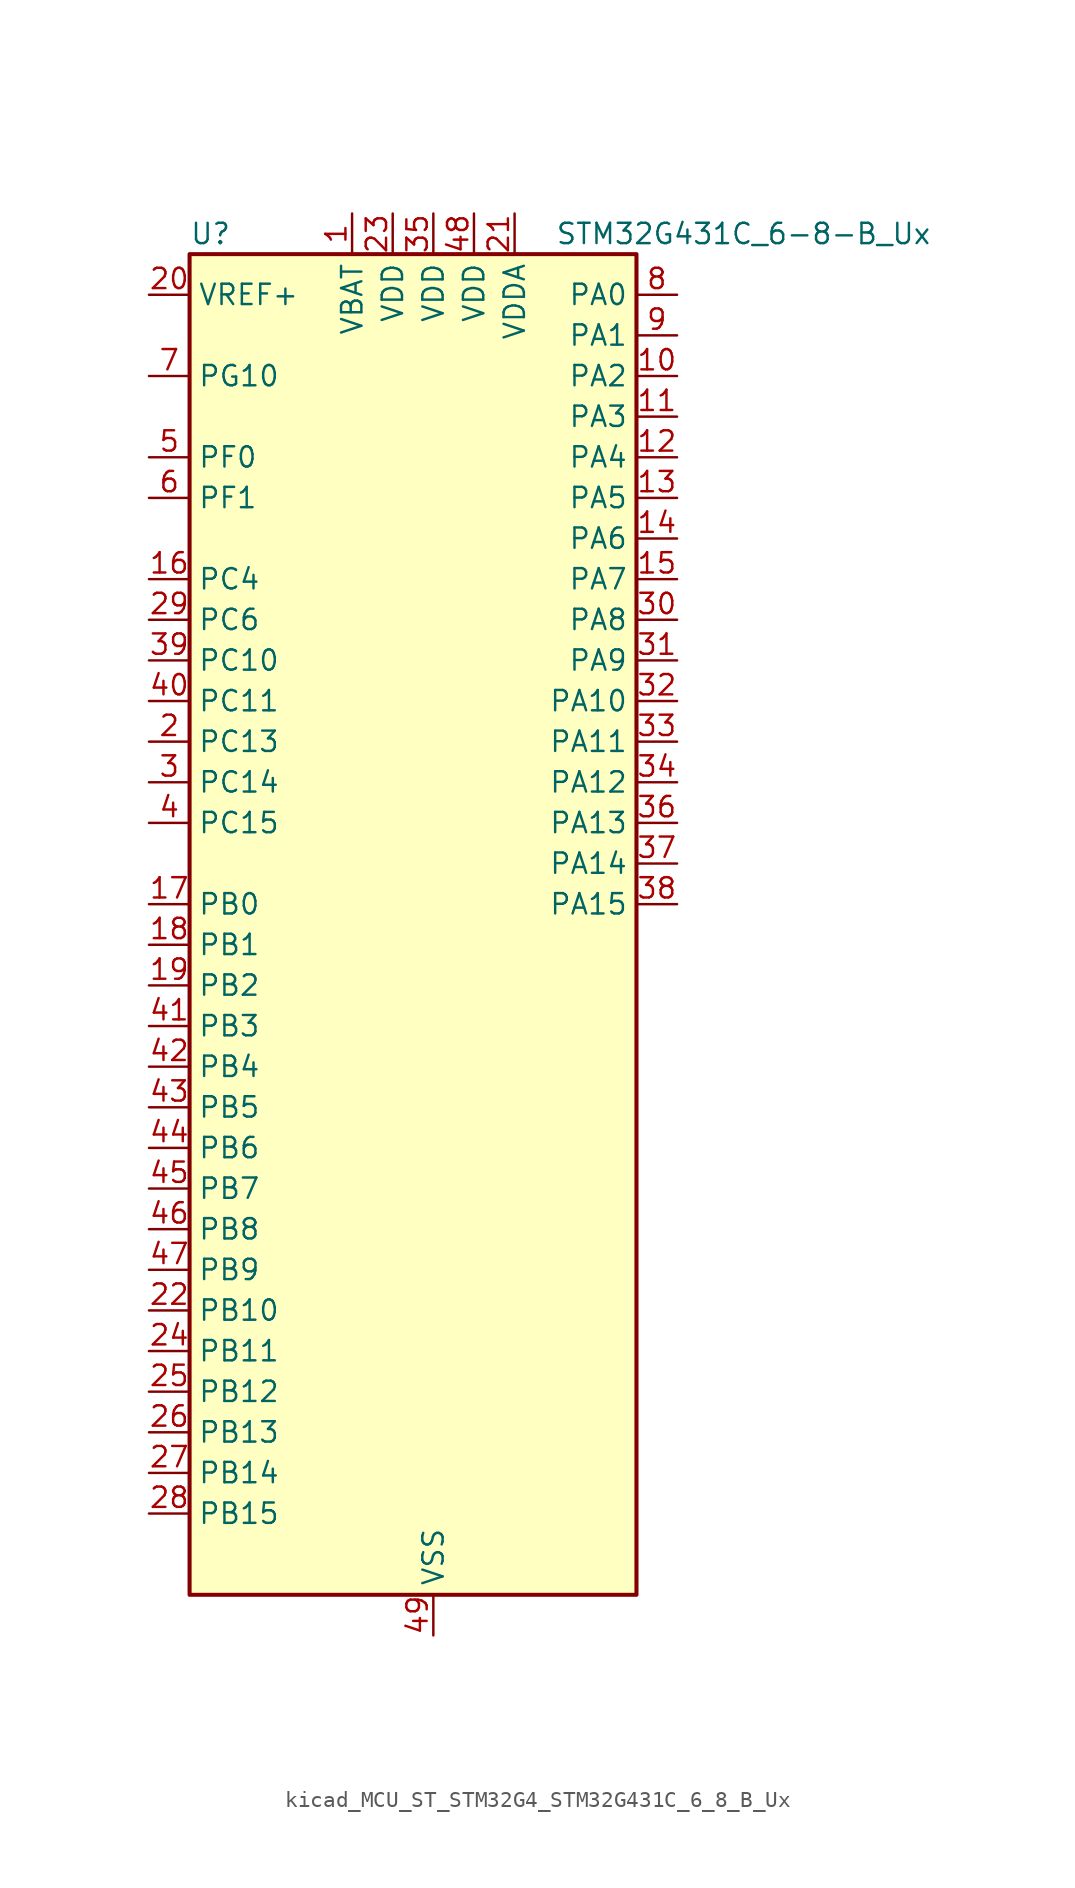
<source format=kicad_sym>
(kicad_symbol_lib
  (version 20220914)
  (generator kicad_symbol_editor)
  (symbol "kicad_MCU_ST_STM32G4_STM32G431C_6_8_B_Ux"
    (property "Reference" "U"
      (at -12.7 44.45 0)
      (effects (font (size 1.27 1.27)) (justify left)))
    (property "Value" "STM32G431C_6-8-B_Ux"
      (at 10.16 44.45 0)
      (effects (font (size 1.27 1.27)) (justify left)))
    (property "ki_locked" ""
      (at 0 0 0)
      (effects (font (size 1.27 1.27))))
    (symbol "kicad_MCU_ST_STM32G4_STM32G431C_6_8_B_Ux_0_1"
      (rectangle (start -12.7 -40.64) (end 15.24 43.18) (stroke (width 0.254) (type default)) (fill (type background))))
    (symbol "kicad_MCU_ST_STM32G4_STM32G431C_6_8_B_Ux_1_1"
      (pin power_in line (at -2.54 45.72 270) (length 2.54) (name "VBAT" (effects (font (size 1.27 1.27)))) (number "1" (effects (font (size 1.27 1.27)))))
      (pin bidirectional line (at 17.78 35.56 180) (length 2.54) (name "PA2" (effects (font (size 1.27 1.27)))) (number "10" (effects (font (size 1.27 1.27)))) (alternate "ADC1_IN3" bidirectional line) (alternate "COMP2_INM" bidirectional line) (alternate "COMP2_OUT" bidirectional line) (alternate "LPUART1_TX" bidirectional line) (alternate "OPAMP1_VOUT" bidirectional line) (alternate "RCC_LSCO" bidirectional line) (alternate "SYS_WKUP4" bidirectional line) (alternate "TIM15_CH1" bidirectional line) (alternate "TIM2_CH3" bidirectional line) (alternate "UCPD1_FRSTX1" bidirectional line) (alternate "UCPD1_FRSTX2" bidirectional line) (alternate "USART2_TX" bidirectional line))
      (pin bidirectional line (at 17.78 33.02 180) (length 2.54) (name "PA3" (effects (font (size 1.27 1.27)))) (number "11" (effects (font (size 1.27 1.27)))) (alternate "ADC1_IN4" bidirectional line) (alternate "COMP2_INP" bidirectional line) (alternate "LPUART1_RX" bidirectional line) (alternate "OPAMP1_VINM" bidirectional line) (alternate "OPAMP1_VINM0" bidirectional line) (alternate "OPAMP1_VINM_SEC" bidirectional line) (alternate "OPAMP1_VINP" bidirectional line) (alternate "OPAMP1_VINP_SEC" bidirectional line) (alternate "SAI1_CK1" bidirectional line) (alternate "SAI1_MCLK_A" bidirectional line) (alternate "TIM15_CH2" bidirectional line) (alternate "TIM2_CH4" bidirectional line) (alternate "USART2_RX" bidirectional line))
      (pin bidirectional line (at 17.78 30.48 180) (length 2.54) (name "PA4" (effects (font (size 1.27 1.27)))) (number "12" (effects (font (size 1.27 1.27)))) (alternate "ADC2_IN17" bidirectional line) (alternate "COMP1_INM" bidirectional line) (alternate "DAC1_OUT1" bidirectional line) (alternate "I2S3_WS" bidirectional line) (alternate "SAI1_FS_B" bidirectional line) (alternate "SPI1_NSS" bidirectional line) (alternate "SPI3_NSS" bidirectional line) (alternate "TIM3_CH2" bidirectional line) (alternate "USART2_CK" bidirectional line))
      (pin bidirectional line (at 17.78 27.94 180) (length 2.54) (name "PA5" (effects (font (size 1.27 1.27)))) (number "13" (effects (font (size 1.27 1.27)))) (alternate "ADC2_IN13" bidirectional line) (alternate "COMP2_INM" bidirectional line) (alternate "DAC1_OUT2" bidirectional line) (alternate "OPAMP2_VINM" bidirectional line) (alternate "OPAMP2_VINM0" bidirectional line) (alternate "OPAMP2_VINM_SEC" bidirectional line) (alternate "SPI1_SCK" bidirectional line) (alternate "TIM2_CH1" bidirectional line) (alternate "TIM2_ETR" bidirectional line) (alternate "UCPD1_FRSTX1" bidirectional line) (alternate "UCPD1_FRSTX2" bidirectional line))
      (pin bidirectional line (at 17.78 25.4 180) (length 2.54) (name "PA6" (effects (font (size 1.27 1.27)))) (number "14" (effects (font (size 1.27 1.27)))) (alternate "ADC2_IN3" bidirectional line) (alternate "COMP1_OUT" bidirectional line) (alternate "LPUART1_CTS" bidirectional line) (alternate "OPAMP2_VOUT" bidirectional line) (alternate "SPI1_MISO" bidirectional line) (alternate "TIM16_CH1" bidirectional line) (alternate "TIM1_BKIN" bidirectional line) (alternate "TIM3_CH1" bidirectional line) (alternate "TIM8_BKIN" bidirectional line))
      (pin bidirectional line (at 17.78 22.86 180) (length 2.54) (name "PA7" (effects (font (size 1.27 1.27)))) (number "15" (effects (font (size 1.27 1.27)))) (alternate "ADC2_IN4" bidirectional line) (alternate "COMP2_INP" bidirectional line) (alternate "COMP2_OUT" bidirectional line) (alternate "OPAMP1_VINP" bidirectional line) (alternate "OPAMP1_VINP_SEC" bidirectional line) (alternate "OPAMP2_VINP" bidirectional line) (alternate "OPAMP2_VINP_SEC" bidirectional line) (alternate "SPI1_MOSI" bidirectional line) (alternate "TIM17_CH1" bidirectional line) (alternate "TIM1_CH1N" bidirectional line) (alternate "TIM3_CH2" bidirectional line) (alternate "TIM8_CH1N" bidirectional line) (alternate "UCPD1_FRSTX1" bidirectional line) (alternate "UCPD1_FRSTX2" bidirectional line))
      (pin bidirectional line (at -15.24 22.86 0) (length 2.54) (name "PC4" (effects (font (size 1.27 1.27)))) (number "16" (effects (font (size 1.27 1.27)))) (alternate "ADC2_IN5" bidirectional line) (alternate "I2C2_SCL" bidirectional line) (alternate "TIM1_ETR" bidirectional line) (alternate "USART1_TX" bidirectional line))
      (pin bidirectional line (at -15.24 2.54 0) (length 2.54) (name "PB0" (effects (font (size 1.27 1.27)))) (number "17" (effects (font (size 1.27 1.27)))) (alternate "ADC1_IN15" bidirectional line) (alternate "COMP4_INP" bidirectional line) (alternate "OPAMP2_VINP" bidirectional line) (alternate "OPAMP2_VINP_SEC" bidirectional line) (alternate "OPAMP3_VINP" bidirectional line) (alternate "OPAMP3_VINP_SEC" bidirectional line) (alternate "TIM1_CH2N" bidirectional line) (alternate "TIM3_CH3" bidirectional line) (alternate "TIM8_CH2N" bidirectional line) (alternate "UCPD1_FRSTX1" bidirectional line) (alternate "UCPD1_FRSTX2" bidirectional line))
      (pin bidirectional line (at -15.24 0 0) (length 2.54) (name "PB1" (effects (font (size 1.27 1.27)))) (number "18" (effects (font (size 1.27 1.27)))) (alternate "ADC1_IN12" bidirectional line) (alternate "COMP1_INP" bidirectional line) (alternate "COMP4_OUT" bidirectional line) (alternate "LPUART1_DE" bidirectional line) (alternate "LPUART1_RTS" bidirectional line) (alternate "OPAMP3_VOUT" bidirectional line) (alternate "TIM1_CH3N" bidirectional line) (alternate "TIM3_CH4" bidirectional line) (alternate "TIM8_CH3N" bidirectional line))
      (pin bidirectional line (at -15.24 -2.54 0) (length 2.54) (name "PB2" (effects (font (size 1.27 1.27)))) (number "19" (effects (font (size 1.27 1.27)))) (alternate "ADC2_IN12" bidirectional line) (alternate "COMP4_INM" bidirectional line) (alternate "I2C3_SMBA" bidirectional line) (alternate "LPTIM1_OUT" bidirectional line) (alternate "OPAMP3_VINM" bidirectional line) (alternate "OPAMP3_VINM0" bidirectional line) (alternate "OPAMP3_VINM_SEC" bidirectional line) (alternate "RTC_OUT2" bidirectional line))
      (pin bidirectional line (at -15.24 12.7 0) (length 2.54) (name "PC13" (effects (font (size 1.27 1.27)))) (number "2" (effects (font (size 1.27 1.27)))) (alternate "RTC_OUT1" bidirectional line) (alternate "RTC_TAMP1" bidirectional line) (alternate "RTC_TS" bidirectional line) (alternate "SYS_WKUP2" bidirectional line) (alternate "TIM1_BKIN" bidirectional line) (alternate "TIM1_CH1N" bidirectional line) (alternate "TIM8_CH4N" bidirectional line))
      (pin input line (at -15.24 40.64 0) (length 2.54) (name "VREF+" (effects (font (size 1.27 1.27)))) (number "20" (effects (font (size 1.27 1.27)))) (alternate "VREFBUF_OUT" bidirectional line))
      (pin power_in line (at 7.62 45.72 270) (length 2.54) (name "VDDA" (effects (font (size 1.27 1.27)))) (number "21" (effects (font (size 1.27 1.27)))))
      (pin bidirectional line (at -15.24 -22.86 0) (length 2.54) (name "PB10" (effects (font (size 1.27 1.27)))) (number "22" (effects (font (size 1.27 1.27)))) (alternate "DAC1_EXTI10" bidirectional line) (alternate "DAC3_EXTI10" bidirectional line) (alternate "LPUART1_RX" bidirectional line) (alternate "OPAMP3_VINM" bidirectional line) (alternate "OPAMP3_VINM1" bidirectional line) (alternate "OPAMP3_VINM_SEC" bidirectional line) (alternate "SAI1_SCK_A" bidirectional line) (alternate "TIM1_BKIN" bidirectional line) (alternate "TIM2_CH3" bidirectional line) (alternate "USART3_TX" bidirectional line))
      (pin power_in line (at 0 45.72 270) (length 2.54) (name "VDD" (effects (font (size 1.27 1.27)))) (number "23" (effects (font (size 1.27 1.27)))))
      (pin bidirectional line (at -15.24 -25.4 0) (length 2.54) (name "PB11" (effects (font (size 1.27 1.27)))) (number "24" (effects (font (size 1.27 1.27)))) (alternate "ADC1_EXTI11" bidirectional line) (alternate "ADC1_IN14" bidirectional line) (alternate "ADC2_EXTI11" bidirectional line) (alternate "ADC2_IN14" bidirectional line) (alternate "LPUART1_TX" bidirectional line) (alternate "TIM2_CH4" bidirectional line) (alternate "USART3_RX" bidirectional line))
      (pin bidirectional line (at -15.24 -27.94 0) (length 2.54) (name "PB12" (effects (font (size 1.27 1.27)))) (number "25" (effects (font (size 1.27 1.27)))) (alternate "ADC1_IN11" bidirectional line) (alternate "I2C2_SMBA" bidirectional line) (alternate "I2S2_WS" bidirectional line) (alternate "LPUART1_DE" bidirectional line) (alternate "LPUART1_RTS" bidirectional line) (alternate "SPI2_NSS" bidirectional line) (alternate "TIM1_BKIN" bidirectional line) (alternate "USART3_CK" bidirectional line))
      (pin bidirectional line (at -15.24 -30.48 0) (length 2.54) (name "PB13" (effects (font (size 1.27 1.27)))) (number "26" (effects (font (size 1.27 1.27)))) (alternate "I2S2_CK" bidirectional line) (alternate "LPUART1_CTS" bidirectional line) (alternate "OPAMP3_VINP" bidirectional line) (alternate "OPAMP3_VINP_SEC" bidirectional line) (alternate "SPI2_SCK" bidirectional line) (alternate "TIM1_CH1N" bidirectional line) (alternate "USART3_CTS" bidirectional line) (alternate "USART3_NSS" bidirectional line))
      (pin bidirectional line (at -15.24 -33.02 0) (length 2.54) (name "PB14" (effects (font (size 1.27 1.27)))) (number "27" (effects (font (size 1.27 1.27)))) (alternate "ADC1_IN5" bidirectional line) (alternate "COMP4_OUT" bidirectional line) (alternate "OPAMP2_VINP" bidirectional line) (alternate "OPAMP2_VINP_SEC" bidirectional line) (alternate "SPI2_MISO" bidirectional line) (alternate "TIM15_CH1" bidirectional line) (alternate "TIM1_CH2N" bidirectional line) (alternate "USART3_DE" bidirectional line) (alternate "USART3_RTS" bidirectional line))
      (pin bidirectional line (at -15.24 -35.56 0) (length 2.54) (name "PB15" (effects (font (size 1.27 1.27)))) (number "28" (effects (font (size 1.27 1.27)))) (alternate "ADC1_EXTI15" bidirectional line) (alternate "ADC2_EXTI15" bidirectional line) (alternate "ADC2_IN15" bidirectional line) (alternate "COMP3_OUT" bidirectional line) (alternate "I2S2_SD" bidirectional line) (alternate "RTC_REFIN" bidirectional line) (alternate "SPI2_MOSI" bidirectional line) (alternate "TIM15_CH1N" bidirectional line) (alternate "TIM15_CH2" bidirectional line) (alternate "TIM1_CH3N" bidirectional line))
      (pin bidirectional line (at -15.24 20.32 0) (length 2.54) (name "PC6" (effects (font (size 1.27 1.27)))) (number "29" (effects (font (size 1.27 1.27)))) (alternate "I2S2_MCK" bidirectional line) (alternate "TIM3_CH1" bidirectional line) (alternate "TIM8_CH1" bidirectional line))
      (pin bidirectional line (at -15.24 10.16 0) (length 2.54) (name "PC14" (effects (font (size 1.27 1.27)))) (number "3" (effects (font (size 1.27 1.27)))) (alternate "RCC_OSC32_IN" bidirectional line))
      (pin bidirectional line (at 17.78 20.32 180) (length 2.54) (name "PA8" (effects (font (size 1.27 1.27)))) (number "30" (effects (font (size 1.27 1.27)))) (alternate "I2C2_SDA" bidirectional line) (alternate "I2C3_SCL" bidirectional line) (alternate "I2S2_MCK" bidirectional line) (alternate "RCC_MCO" bidirectional line) (alternate "SAI1_CK2" bidirectional line) (alternate "SAI1_SCK_A" bidirectional line) (alternate "TIM1_CH1" bidirectional line) (alternate "TIM4_ETR" bidirectional line) (alternate "USART1_CK" bidirectional line))
      (pin bidirectional line (at 17.78 17.78 180) (length 2.54) (name "PA9" (effects (font (size 1.27 1.27)))) (number "31" (effects (font (size 1.27 1.27)))) (alternate "DAC1_EXTI9" bidirectional line) (alternate "DAC3_EXTI9" bidirectional line) (alternate "I2C2_SCL" bidirectional line) (alternate "I2C3_SMBA" bidirectional line) (alternate "I2S3_MCK" bidirectional line) (alternate "SAI1_FS_A" bidirectional line) (alternate "TIM15_BKIN" bidirectional line) (alternate "TIM1_CH2" bidirectional line) (alternate "TIM2_CH3" bidirectional line) (alternate "UCPD1_DBCC1" bidirectional line) (alternate "USART1_TX" bidirectional line))
      (pin bidirectional line (at 17.78 15.24 180) (length 2.54) (name "PA10" (effects (font (size 1.27 1.27)))) (number "32" (effects (font (size 1.27 1.27)))) (alternate "CRS_SYNC" bidirectional line) (alternate "DAC1_EXTI10" bidirectional line) (alternate "DAC3_EXTI10" bidirectional line) (alternate "I2C2_SMBA" bidirectional line) (alternate "SAI1_D1" bidirectional line) (alternate "SAI1_SD_A" bidirectional line) (alternate "SPI2_MISO" bidirectional line) (alternate "TIM17_BKIN" bidirectional line) (alternate "TIM1_CH3" bidirectional line) (alternate "TIM2_CH4" bidirectional line) (alternate "TIM8_BKIN" bidirectional line) (alternate "UCPD1_DBCC2" bidirectional line) (alternate "USART1_RX" bidirectional line))
      (pin bidirectional line (at 17.78 12.7 180) (length 2.54) (name "PA11" (effects (font (size 1.27 1.27)))) (number "33" (effects (font (size 1.27 1.27)))) (alternate "ADC1_EXTI11" bidirectional line) (alternate "ADC2_EXTI11" bidirectional line) (alternate "COMP1_OUT" bidirectional line) (alternate "FDCAN1_RX" bidirectional line) (alternate "I2S2_SD" bidirectional line) (alternate "SPI2_MOSI" bidirectional line) (alternate "TIM1_BKIN2" bidirectional line) (alternate "TIM1_CH1N" bidirectional line) (alternate "TIM1_CH4" bidirectional line) (alternate "TIM4_CH1" bidirectional line) (alternate "USART1_CTS" bidirectional line) (alternate "USART1_NSS" bidirectional line) (alternate "USB_DM" bidirectional line))
      (pin bidirectional line (at 17.78 10.16 180) (length 2.54) (name "PA12" (effects (font (size 1.27 1.27)))) (number "34" (effects (font (size 1.27 1.27)))) (alternate "COMP2_OUT" bidirectional line) (alternate "FDCAN1_TX" bidirectional line) (alternate "I2S_CKIN" bidirectional line) (alternate "TIM16_CH1" bidirectional line) (alternate "TIM1_CH2N" bidirectional line) (alternate "TIM1_ETR" bidirectional line) (alternate "TIM4_CH2" bidirectional line) (alternate "USART1_DE" bidirectional line) (alternate "USART1_RTS" bidirectional line) (alternate "USB_DP" bidirectional line))
      (pin power_in line (at 2.54 45.72 270) (length 2.54) (name "VDD" (effects (font (size 1.27 1.27)))) (number "35" (effects (font (size 1.27 1.27)))))
      (pin bidirectional line (at 17.78 7.62 180) (length 2.54) (name "PA13" (effects (font (size 1.27 1.27)))) (number "36" (effects (font (size 1.27 1.27)))) (alternate "I2C1_SCL" bidirectional line) (alternate "IR_OUT" bidirectional line) (alternate "SAI1_SD_B" bidirectional line) (alternate "SYS_JTMS-SWDIO" bidirectional line) (alternate "TIM16_CH1N" bidirectional line) (alternate "TIM4_CH3" bidirectional line) (alternate "USART3_CTS" bidirectional line) (alternate "USART3_NSS" bidirectional line))
      (pin bidirectional line (at 17.78 5.08 180) (length 2.54) (name "PA14" (effects (font (size 1.27 1.27)))) (number "37" (effects (font (size 1.27 1.27)))) (alternate "I2C1_SDA" bidirectional line) (alternate "LPTIM1_OUT" bidirectional line) (alternate "SAI1_FS_B" bidirectional line) (alternate "SYS_JTCK-SWCLK" bidirectional line) (alternate "TIM1_BKIN" bidirectional line) (alternate "TIM8_CH2" bidirectional line) (alternate "USART2_TX" bidirectional line))
      (pin bidirectional line (at 17.78 2.54 180) (length 2.54) (name "PA15" (effects (font (size 1.27 1.27)))) (number "38" (effects (font (size 1.27 1.27)))) (alternate "ADC1_EXTI15" bidirectional line) (alternate "ADC2_EXTI15" bidirectional line) (alternate "I2C1_SCL" bidirectional line) (alternate "I2S3_WS" bidirectional line) (alternate "SPI1_NSS" bidirectional line) (alternate "SPI3_NSS" bidirectional line) (alternate "SYS_JTDI" bidirectional line) (alternate "TIM1_BKIN" bidirectional line) (alternate "TIM2_CH1" bidirectional line) (alternate "TIM2_ETR" bidirectional line) (alternate "TIM8_CH1" bidirectional line) (alternate "USART2_RX" bidirectional line))
      (pin bidirectional line (at -15.24 17.78 0) (length 2.54) (name "PC10" (effects (font (size 1.27 1.27)))) (number "39" (effects (font (size 1.27 1.27)))) (alternate "DAC1_EXTI10" bidirectional line) (alternate "DAC3_EXTI10" bidirectional line) (alternate "I2S3_CK" bidirectional line) (alternate "SPI3_SCK" bidirectional line) (alternate "TIM8_CH1N" bidirectional line) (alternate "USART3_TX" bidirectional line))
      (pin bidirectional line (at -15.24 7.62 0) (length 2.54) (name "PC15" (effects (font (size 1.27 1.27)))) (number "4" (effects (font (size 1.27 1.27)))) (alternate "ADC1_EXTI15" bidirectional line) (alternate "ADC2_EXTI15" bidirectional line) (alternate "RCC_OSC32_OUT" bidirectional line))
      (pin bidirectional line (at -15.24 15.24 0) (length 2.54) (name "PC11" (effects (font (size 1.27 1.27)))) (number "40" (effects (font (size 1.27 1.27)))) (alternate "ADC1_EXTI11" bidirectional line) (alternate "ADC2_EXTI11" bidirectional line) (alternate "I2C3_SDA" bidirectional line) (alternate "SPI3_MISO" bidirectional line) (alternate "TIM8_CH2N" bidirectional line) (alternate "USART3_RX" bidirectional line))
      (pin bidirectional line (at -15.24 -5.08 0) (length 2.54) (name "PB3" (effects (font (size 1.27 1.27)))) (number "41" (effects (font (size 1.27 1.27)))) (alternate "CRS_SYNC" bidirectional line) (alternate "I2S3_CK" bidirectional line) (alternate "SAI1_SCK_B" bidirectional line) (alternate "SPI1_SCK" bidirectional line) (alternate "SPI3_SCK" bidirectional line) (alternate "SYS_JTDO-SWO" bidirectional line) (alternate "TIM2_CH2" bidirectional line) (alternate "TIM3_ETR" bidirectional line) (alternate "TIM4_ETR" bidirectional line) (alternate "TIM8_CH1N" bidirectional line) (alternate "USART2_TX" bidirectional line))
      (pin bidirectional line (at -15.24 -7.62 0) (length 2.54) (name "PB4" (effects (font (size 1.27 1.27)))) (number "42" (effects (font (size 1.27 1.27)))) (alternate "SAI1_MCLK_B" bidirectional line) (alternate "SPI1_MISO" bidirectional line) (alternate "SPI3_MISO" bidirectional line) (alternate "SYS_JTRST" bidirectional line) (alternate "TIM16_CH1" bidirectional line) (alternate "TIM17_BKIN" bidirectional line) (alternate "TIM3_CH1" bidirectional line) (alternate "TIM8_CH2N" bidirectional line) (alternate "UCPD1_CC2" bidirectional line) (alternate "USART2_RX" bidirectional line))
      (pin bidirectional line (at -15.24 -10.16 0) (length 2.54) (name "PB5" (effects (font (size 1.27 1.27)))) (number "43" (effects (font (size 1.27 1.27)))) (alternate "I2C1_SMBA" bidirectional line) (alternate "I2C3_SDA" bidirectional line) (alternate "I2S3_SD" bidirectional line) (alternate "LPTIM1_IN1" bidirectional line) (alternate "SAI1_SD_B" bidirectional line) (alternate "SPI1_MOSI" bidirectional line) (alternate "SPI3_MOSI" bidirectional line) (alternate "TIM16_BKIN" bidirectional line) (alternate "TIM17_CH1" bidirectional line) (alternate "TIM3_CH2" bidirectional line) (alternate "TIM8_CH3N" bidirectional line) (alternate "USART2_CK" bidirectional line))
      (pin bidirectional line (at -15.24 -12.7 0) (length 2.54) (name "PB6" (effects (font (size 1.27 1.27)))) (number "44" (effects (font (size 1.27 1.27)))) (alternate "COMP4_OUT" bidirectional line) (alternate "LPTIM1_ETR" bidirectional line) (alternate "SAI1_FS_B" bidirectional line) (alternate "TIM16_CH1N" bidirectional line) (alternate "TIM4_CH1" bidirectional line) (alternate "TIM8_BKIN2" bidirectional line) (alternate "TIM8_CH1" bidirectional line) (alternate "TIM8_ETR" bidirectional line) (alternate "UCPD1_CC1" bidirectional line) (alternate "USART1_TX" bidirectional line))
      (pin bidirectional line (at -15.24 -15.24 0) (length 2.54) (name "PB7" (effects (font (size 1.27 1.27)))) (number "45" (effects (font (size 1.27 1.27)))) (alternate "COMP3_OUT" bidirectional line) (alternate "I2C1_SDA" bidirectional line) (alternate "LPTIM1_IN2" bidirectional line) (alternate "SYS_PVD_IN" bidirectional line) (alternate "TIM17_CH1N" bidirectional line) (alternate "TIM3_CH4" bidirectional line) (alternate "TIM4_CH2" bidirectional line) (alternate "TIM8_BKIN" bidirectional line) (alternate "USART1_RX" bidirectional line))
      (pin bidirectional line (at -15.24 -17.78 0) (length 2.54) (name "PB8" (effects (font (size 1.27 1.27)))) (number "46" (effects (font (size 1.27 1.27)))) (alternate "COMP1_OUT" bidirectional line) (alternate "FDCAN1_RX" bidirectional line) (alternate "I2C1_SCL" bidirectional line) (alternate "SAI1_CK1" bidirectional line) (alternate "SAI1_MCLK_A" bidirectional line) (alternate "TIM16_CH1" bidirectional line) (alternate "TIM1_BKIN" bidirectional line) (alternate "TIM4_CH3" bidirectional line) (alternate "TIM8_CH2" bidirectional line) (alternate "USART3_RX" bidirectional line))
      (pin bidirectional line (at -15.24 -20.32 0) (length 2.54) (name "PB9" (effects (font (size 1.27 1.27)))) (number "47" (effects (font (size 1.27 1.27)))) (alternate "COMP2_OUT" bidirectional line) (alternate "DAC1_EXTI9" bidirectional line) (alternate "DAC3_EXTI9" bidirectional line) (alternate "FDCAN1_TX" bidirectional line) (alternate "I2C1_SDA" bidirectional line) (alternate "IR_OUT" bidirectional line) (alternate "SAI1_D2" bidirectional line) (alternate "SAI1_FS_A" bidirectional line) (alternate "TIM17_CH1" bidirectional line) (alternate "TIM1_CH3N" bidirectional line) (alternate "TIM4_CH4" bidirectional line) (alternate "TIM8_CH3" bidirectional line) (alternate "USART3_TX" bidirectional line))
      (pin power_in line (at 5.08 45.72 270) (length 2.54) (name "VDD" (effects (font (size 1.27 1.27)))) (number "48" (effects (font (size 1.27 1.27)))))
      (pin power_in line (at 2.54 -43.18 90) (length 2.54) (name "VSS" (effects (font (size 1.27 1.27)))) (number "49" (effects (font (size 1.27 1.27)))))
      (pin bidirectional line (at -15.24 30.48 0) (length 2.54) (name "PF0" (effects (font (size 1.27 1.27)))) (number "5" (effects (font (size 1.27 1.27)))) (alternate "ADC1_IN10" bidirectional line) (alternate "I2C2_SDA" bidirectional line) (alternate "I2S2_WS" bidirectional line) (alternate "RCC_OSC_IN" bidirectional line) (alternate "SPI2_NSS" bidirectional line) (alternate "TIM1_CH3N" bidirectional line))
      (pin bidirectional line (at -15.24 27.94 0) (length 2.54) (name "PF1" (effects (font (size 1.27 1.27)))) (number "6" (effects (font (size 1.27 1.27)))) (alternate "ADC2_IN10" bidirectional line) (alternate "COMP3_INM" bidirectional line) (alternate "I2S2_CK" bidirectional line) (alternate "RCC_OSC_OUT" bidirectional line) (alternate "SPI2_SCK" bidirectional line))
      (pin bidirectional line (at -15.24 35.56 0) (length 2.54) (name "PG10" (effects (font (size 1.27 1.27)))) (number "7" (effects (font (size 1.27 1.27)))) (alternate "DAC1_EXTI10" bidirectional line) (alternate "DAC3_EXTI10" bidirectional line) (alternate "RCC_MCO" bidirectional line))
      (pin bidirectional line (at 17.78 40.64 180) (length 2.54) (name "PA0" (effects (font (size 1.27 1.27)))) (number "8" (effects (font (size 1.27 1.27)))) (alternate "ADC1_IN1" bidirectional line) (alternate "ADC2_IN1" bidirectional line) (alternate "COMP1_INM" bidirectional line) (alternate "COMP1_OUT" bidirectional line) (alternate "COMP3_INP" bidirectional line) (alternate "RTC_TAMP2" bidirectional line) (alternate "SYS_WKUP1" bidirectional line) (alternate "TIM2_CH1" bidirectional line) (alternate "TIM2_ETR" bidirectional line) (alternate "TIM8_BKIN" bidirectional line) (alternate "TIM8_ETR" bidirectional line) (alternate "USART2_CTS" bidirectional line) (alternate "USART2_NSS" bidirectional line))
      (pin bidirectional line (at 17.78 38.1 180) (length 2.54) (name "PA1" (effects (font (size 1.27 1.27)))) (number "9" (effects (font (size 1.27 1.27)))) (alternate "ADC1_IN2" bidirectional line) (alternate "ADC2_IN2" bidirectional line) (alternate "COMP1_INP" bidirectional line) (alternate "OPAMP1_VINP" bidirectional line) (alternate "OPAMP1_VINP_SEC" bidirectional line) (alternate "OPAMP3_VINP" bidirectional line) (alternate "OPAMP3_VINP_SEC" bidirectional line) (alternate "RTC_REFIN" bidirectional line) (alternate "TIM15_CH1N" bidirectional line) (alternate "TIM2_CH2" bidirectional line) (alternate "USART2_DE" bidirectional line) (alternate "USART2_RTS" bidirectional line)))))
</source>
